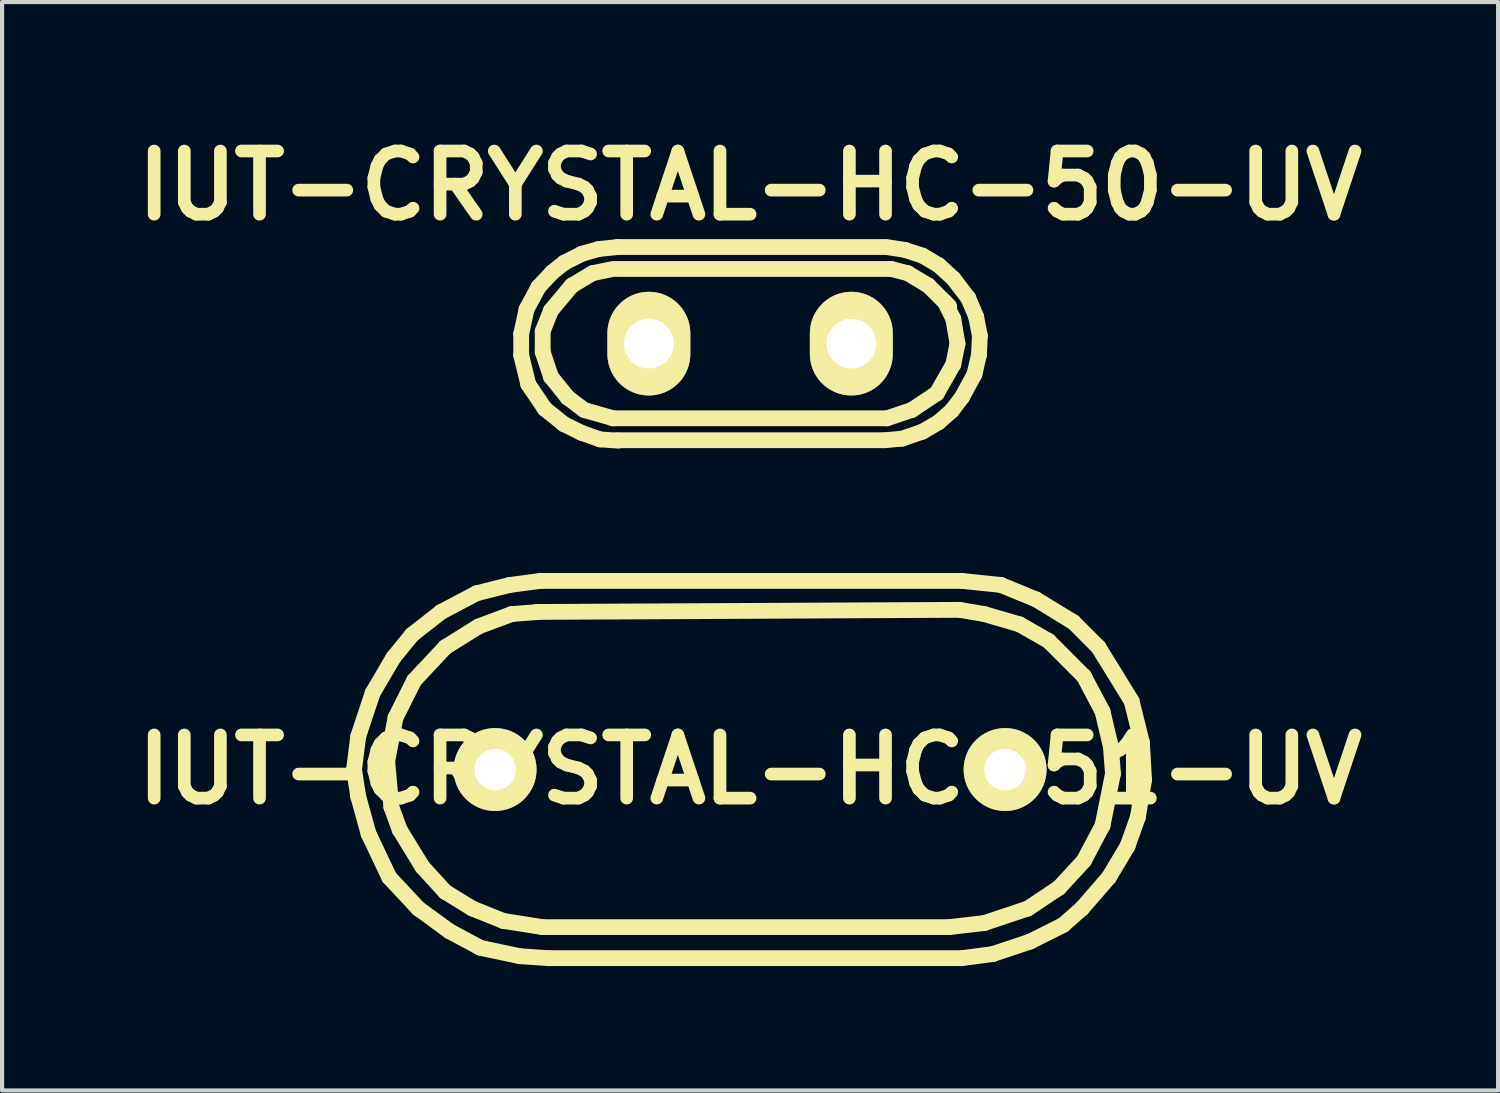
<source format=kicad_pcb>
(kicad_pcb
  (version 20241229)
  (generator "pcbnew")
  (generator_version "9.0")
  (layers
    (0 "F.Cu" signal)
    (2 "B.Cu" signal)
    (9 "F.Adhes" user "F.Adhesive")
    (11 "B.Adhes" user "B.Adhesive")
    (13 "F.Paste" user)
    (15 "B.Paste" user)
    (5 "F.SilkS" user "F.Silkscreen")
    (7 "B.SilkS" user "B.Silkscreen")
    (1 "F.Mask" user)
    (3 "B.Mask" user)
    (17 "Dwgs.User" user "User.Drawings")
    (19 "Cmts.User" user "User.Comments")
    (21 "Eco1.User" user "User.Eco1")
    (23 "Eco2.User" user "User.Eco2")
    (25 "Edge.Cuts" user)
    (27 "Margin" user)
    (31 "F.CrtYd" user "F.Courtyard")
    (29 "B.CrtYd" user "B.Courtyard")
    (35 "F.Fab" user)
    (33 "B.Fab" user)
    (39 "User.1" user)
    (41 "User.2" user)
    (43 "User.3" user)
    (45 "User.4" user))
  (footprint "IUT-CRYSTAL-HC-50-UV"
    (layer "F.Cu")
    (at 15.037 5.236)
    (property "Reference" "IUT-CRYSTAL-HC-50-UV" (at 0 -3.81 0) (layer "F.SilkS") (effects (font (size 1.524 1.524) (thickness 0.305))))
    (attr through_hole)
    (fp_line (start -5.519 -0.231) (end -5.519 0.279) (stroke (width 0.381) (type solid)) (layer "F.SilkS"))
    (fp_line (start -5.519 0.279) (end -5.349 0.98) (stroke (width 0.381) (type solid)) (layer "F.SilkS"))
    (fp_line (start -5.39 -0.831) (end -5.519 -0.231) (stroke (width 0.381) (type solid)) (layer "F.SilkS"))
    (fp_line (start -5.349 0.98) (end -4.95 1.57) (stroke (width 0.381) (type solid)) (layer "F.SilkS"))
    (fp_line (start -5.1 -1.369) (end -5.39 -0.831) (stroke (width 0.381) (type solid)) (layer "F.SilkS"))
    (fp_line (start -5.001 -0.3) (end -4.801 -0.8) (stroke (width 0.381) (type solid)) (layer "F.SilkS"))
    (fp_line (start -5.001 0.201) (end -5.001 -0.3) (stroke (width 0.381) (type solid)) (layer "F.SilkS"))
    (fp_line (start -4.95 1.57) (end -4.491 1.941) (stroke (width 0.381) (type solid)) (layer "F.SilkS"))
    (fp_line (start -4.801 -0.8) (end -4.3 -1.399) (stroke (width 0.381) (type solid)) (layer "F.SilkS"))
    (fp_line (start -4.801 0.8) (end -5.001 0.201) (stroke (width 0.381) (type solid)) (layer "F.SilkS"))
    (fp_line (start -4.77 -1.72) (end -5.1 -1.369) (stroke (width 0.381) (type solid)) (layer "F.SilkS"))
    (fp_line (start -4.491 1.941) (end -4.069 2.149) (stroke (width 0.381) (type solid)) (layer "F.SilkS"))
    (fp_line (start -4.481 -1.951) (end -4.77 -1.72) (stroke (width 0.381) (type solid)) (layer "F.SilkS"))
    (fp_line (start -4.399 1.3) (end -4.801 0.8) (stroke (width 0.381) (type solid)) (layer "F.SilkS"))
    (fp_line (start -4.3 -1.399) (end -3.8 -1.699) (stroke (width 0.381) (type solid)) (layer "F.SilkS"))
    (fp_line (start -4.069 2.149) (end -3.619 2.309) (stroke (width 0.381) (type solid)) (layer "F.SilkS"))
    (fp_line (start -4.049 -2.169) (end -4.481 -1.951) (stroke (width 0.381) (type solid)) (layer "F.SilkS"))
    (fp_line (start -4 1.6) (end -4.399 1.3) (stroke (width 0.381) (type solid)) (layer "F.SilkS"))
    (fp_line (start -3.8 -1.699) (end -3.3 -1.801) (stroke (width 0.381) (type solid)) (layer "F.SilkS"))
    (fp_line (start -3.65 -2.281) (end -4.049 -2.169) (stroke (width 0.381) (type solid)) (layer "F.SilkS"))
    (fp_line (start -3.619 2.309) (end -3.18 2.339) (stroke (width 0.381) (type solid)) (layer "F.SilkS"))
    (fp_line (start -3.3 1.801) (end -4 1.6) (stroke (width 0.381) (type solid)) (layer "F.SilkS"))
    (fp_line (start -3.2 -2.329) (end 3.251 -2.329) (stroke (width 0.381) (type solid)) (layer "F.SilkS"))
    (fp_line (start -3.2 -1.801) (end 3.401 -1.801) (stroke (width 0.381) (type solid)) (layer "F.SilkS"))
    (fp_line (start -3.2 2.329) (end 3.251 2.329) (stroke (width 0.381) (type solid)) (layer "F.SilkS"))
    (fp_line (start -3.19 -2.329) (end -3.65 -2.281) (stroke (width 0.381) (type solid)) (layer "F.SilkS"))
    (fp_line (start 3.251 2.329) (end 3.67 2.291) (stroke (width 0.381) (type solid)) (layer "F.SilkS"))
    (fp_line (start 3.3 1.801) (end -3.3 1.801) (stroke (width 0.381) (type solid)) (layer "F.SilkS"))
    (fp_line (start 3.401 -1.801) (end 3.8 -1.699) (stroke (width 0.381) (type solid)) (layer "F.SilkS"))
    (fp_line (start 3.67 2.291) (end 4.16 2.121) (stroke (width 0.381) (type solid)) (layer "F.SilkS"))
    (fp_line (start 3.731 -2.261) (end 3.289 -2.329) (stroke (width 0.381) (type solid)) (layer "F.SilkS"))
    (fp_line (start 3.8 -1.699) (end 4.3 -1.399) (stroke (width 0.381) (type solid)) (layer "F.SilkS"))
    (fp_line (start 3.899 1.6) (end 3.3 1.801) (stroke (width 0.381) (type solid)) (layer "F.SilkS"))
    (fp_line (start 4.16 -2.121) (end 3.731 -2.261) (stroke (width 0.381) (type solid)) (layer "F.SilkS"))
    (fp_line (start 4.16 2.121) (end 4.539 1.9) (stroke (width 0.381) (type solid)) (layer "F.SilkS"))
    (fp_line (start 4.3 -1.399) (end 4.801 -0.899) (stroke (width 0.381) (type solid)) (layer "F.SilkS"))
    (fp_line (start 4.501 1.199) (end 3.899 1.6) (stroke (width 0.381) (type solid)) (layer "F.SilkS"))
    (fp_line (start 4.539 1.9) (end 4.859 1.621) (stroke (width 0.381) (type solid)) (layer "F.SilkS"))
    (fp_line (start 4.549 -1.89) (end 4.16 -2.121) (stroke (width 0.381) (type solid)) (layer "F.SilkS"))
    (fp_line (start 4.699 -1.001) (end 4.9 -0.599) (stroke (width 0.381) (type solid)) (layer "F.SilkS"))
    (fp_line (start 4.859 1.621) (end 5.111 1.29) (stroke (width 0.381) (type solid)) (layer "F.SilkS"))
    (fp_line (start 4.9 -1.57) (end 4.549 -1.89) (stroke (width 0.381) (type solid)) (layer "F.SilkS"))
    (fp_line (start 4.9 -0.599) (end 5.001 0) (stroke (width 0.381) (type solid)) (layer "F.SilkS"))
    (fp_line (start 4.9 0.5) (end 4.501 1.199) (stroke (width 0.381) (type solid)) (layer "F.SilkS"))
    (fp_line (start 5.001 0) (end 4.9 0.5) (stroke (width 0.381) (type solid)) (layer "F.SilkS"))
    (fp_line (start 5.111 1.29) (end 5.41 0.739) (stroke (width 0.381) (type solid)) (layer "F.SilkS"))
    (fp_line (start 5.26 -1.1) (end 4.9 -1.57) (stroke (width 0.381) (type solid)) (layer "F.SilkS"))
    (fp_line (start 5.41 0.739) (end 5.519 0.269) (stroke (width 0.381) (type solid)) (layer "F.SilkS"))
    (fp_line (start 5.451 -0.65) (end 5.26 -1.1) (stroke (width 0.381) (type solid)) (layer "F.SilkS"))
    (fp_line (start 5.519 0.269) (end 5.54 -0.191) (stroke (width 0.381) (type solid)) (layer "F.SilkS"))
    (fp_line (start 5.54 -0.191) (end 5.451 -0.65) (stroke (width 0.381) (type solid)) (layer "F.SilkS"))
    (pad "1" thru_hole oval (at -2.441 0) (size 1.999 2.499) (drill 1.199) (layers "*.Cu" "*.Mask" "F.SilkS"))
    (pad "2" thru_hole oval (at 2.441 0) (size 1.999 2.499) (drill 1.199) (layers "*.Cu" "*.Mask" "F.SilkS")))
  (footprint "IUT-CRYSTAL-HC-51-UV"
    (layer "F.Cu")
    (at 15.037 15.506)
    (property "Reference" "IUT-CRYSTAL-HC-51-UV" (at 0 0 0) (layer "F.SilkS") (effects (font (size 1.524 1.524) (thickness 0.305))))
    (attr through_hole)
    (fp_line (start -9.55 0) (end -9.449 -0.8) (stroke (width 0.381) (type solid)) (layer "F.SilkS"))
    (fp_line (start -9.449 -0.8) (end -9.101 -1.849) (stroke (width 0.381) (type solid)) (layer "F.SilkS"))
    (fp_line (start -9.449 0.65) (end -9.55 0) (stroke (width 0.381) (type solid)) (layer "F.SilkS"))
    (fp_line (start -9.2 1.549) (end -9.449 0.65) (stroke (width 0.381) (type solid)) (layer "F.SilkS"))
    (fp_line (start -9.101 -1.849) (end -8.6 -2.7) (stroke (width 0.381) (type solid)) (layer "F.SilkS"))
    (fp_line (start -8.75 -0.201) (end -8.55 -1.25) (stroke (width 0.381) (type solid)) (layer "F.SilkS"))
    (fp_line (start -8.7 2.601) (end -9.2 1.549) (stroke (width 0.381) (type solid)) (layer "F.SilkS"))
    (fp_line (start -8.651 0.899) (end -8.75 -0.201) (stroke (width 0.381) (type solid)) (layer "F.SilkS"))
    (fp_line (start -8.6 -2.7) (end -8.151 -3.251) (stroke (width 0.381) (type solid)) (layer "F.SilkS"))
    (fp_line (start -8.55 -1.25) (end -8.1 -2.149) (stroke (width 0.381) (type solid)) (layer "F.SilkS"))
    (fp_line (start -8.451 1.45) (end -8.651 0.899) (stroke (width 0.381) (type solid)) (layer "F.SilkS"))
    (fp_line (start -8.151 -3.251) (end -7.45 -3.8) (stroke (width 0.381) (type solid)) (layer "F.SilkS"))
    (fp_line (start -8.1 -2.149) (end -7.351 -2.949) (stroke (width 0.381) (type solid)) (layer "F.SilkS"))
    (fp_line (start -8.001 3.35) (end -8.7 2.601) (stroke (width 0.381) (type solid)) (layer "F.SilkS"))
    (fp_line (start -7.899 2.349) (end -8.451 1.45) (stroke (width 0.381) (type solid)) (layer "F.SilkS"))
    (fp_line (start -7.45 -3.8) (end -6.599 -4.249) (stroke (width 0.381) (type solid)) (layer "F.SilkS"))
    (fp_line (start -7.351 -2.949) (end -6.551 -3.449) (stroke (width 0.381) (type solid)) (layer "F.SilkS"))
    (fp_line (start -7.351 2.949) (end -7.899 2.349) (stroke (width 0.381) (type solid)) (layer "F.SilkS"))
    (fp_line (start -7.249 3.899) (end -8.001 3.35) (stroke (width 0.381) (type solid)) (layer "F.SilkS"))
    (fp_line (start -6.7 3.35) (end -7.351 2.949) (stroke (width 0.381) (type solid)) (layer "F.SilkS"))
    (fp_line (start -6.599 -4.249) (end -5.799 -4.45) (stroke (width 0.381) (type solid)) (layer "F.SilkS"))
    (fp_line (start -6.551 -3.449) (end -5.751 -3.749) (stroke (width 0.381) (type solid)) (layer "F.SilkS"))
    (fp_line (start -6.5 4.3) (end -7.249 3.899) (stroke (width 0.381) (type solid)) (layer "F.SilkS"))
    (fp_line (start -5.951 3.65) (end -6.7 3.35) (stroke (width 0.381) (type solid)) (layer "F.SilkS"))
    (fp_line (start -5.799 -4.45) (end -5.05 -4.549) (stroke (width 0.381) (type solid)) (layer "F.SilkS"))
    (fp_line (start -5.751 -3.749) (end -5.1 -3.8) (stroke (width 0.381) (type solid)) (layer "F.SilkS"))
    (fp_line (start -5.55 4.501) (end -6.5 4.3) (stroke (width 0.381) (type solid)) (layer "F.SilkS"))
    (fp_line (start -5.151 -3.8) (end 5.05 -3.851) (stroke (width 0.381) (type solid)) (layer "F.SilkS"))
    (fp_line (start -5.05 -4.549) (end 5.1 -4.549) (stroke (width 0.381) (type solid)) (layer "F.SilkS"))
    (fp_line (start -5.001 3.8) (end -5.951 3.65) (stroke (width 0.381) (type solid)) (layer "F.SilkS"))
    (fp_line (start -4.849 4.549) (end -5.55 4.501) (stroke (width 0.381) (type solid)) (layer "F.SilkS"))
    (fp_line (start 4.801 3.8) (end -5.001 3.8) (stroke (width 0.381) (type solid)) (layer "F.SilkS"))
    (fp_line (start 5.05 -3.851) (end 5.649 -3.749) (stroke (width 0.381) (type solid)) (layer "F.SilkS"))
    (fp_line (start 5.1 -4.549) (end 6.05 -4.45) (stroke (width 0.381) (type solid)) (layer "F.SilkS"))
    (fp_line (start 5.1 4.549) (end -4.849 4.549) (stroke (width 0.381) (type solid)) (layer "F.SilkS"))
    (fp_line (start 5.649 -3.749) (end 6.5 -3.5) (stroke (width 0.381) (type solid)) (layer "F.SilkS"))
    (fp_line (start 5.649 3.701) (end 4.801 3.8) (stroke (width 0.381) (type solid)) (layer "F.SilkS"))
    (fp_line (start 5.85 4.45) (end 5.1 4.549) (stroke (width 0.381) (type solid)) (layer "F.SilkS"))
    (fp_line (start 6.05 -4.45) (end 6.901 -4.1) (stroke (width 0.381) (type solid)) (layer "F.SilkS"))
    (fp_line (start 6.5 -3.5) (end 7.201 -3.099) (stroke (width 0.381) (type solid)) (layer "F.SilkS"))
    (fp_line (start 6.7 3.35) (end 5.649 3.701) (stroke (width 0.381) (type solid)) (layer "F.SilkS"))
    (fp_line (start 6.749 4.15) (end 5.85 4.45) (stroke (width 0.381) (type solid)) (layer "F.SilkS"))
    (fp_line (start 6.901 -4.1) (end 7.8 -3.551) (stroke (width 0.381) (type solid)) (layer "F.SilkS"))
    (fp_line (start 7.201 -3.099) (end 8.049 -2.25) (stroke (width 0.381) (type solid)) (layer "F.SilkS"))
    (fp_line (start 7.45 2.85) (end 6.7 3.35) (stroke (width 0.381) (type solid)) (layer "F.SilkS"))
    (fp_line (start 7.549 3.749) (end 6.749 4.15) (stroke (width 0.381) (type solid)) (layer "F.SilkS"))
    (fp_line (start 7.8 -3.551) (end 8.4 -2.949) (stroke (width 0.381) (type solid)) (layer "F.SilkS"))
    (fp_line (start 8.001 3.35) (end 7.549 3.749) (stroke (width 0.381) (type solid)) (layer "F.SilkS"))
    (fp_line (start 8.049 -2.25) (end 8.499 -1.399) (stroke (width 0.381) (type solid)) (layer "F.SilkS"))
    (fp_line (start 8.049 2.2) (end 7.45 2.85) (stroke (width 0.381) (type solid)) (layer "F.SilkS"))
    (fp_line (start 8.4 -2.949) (end 9.2 -1.651) (stroke (width 0.381) (type solid)) (layer "F.SilkS"))
    (fp_line (start 8.499 -1.399) (end 8.7 -0.551) (stroke (width 0.381) (type solid)) (layer "F.SilkS"))
    (fp_line (start 8.499 1.349) (end 8.049 2.2) (stroke (width 0.381) (type solid)) (layer "F.SilkS"))
    (fp_line (start 8.651 2.601) (end 8.001 3.35) (stroke (width 0.381) (type solid)) (layer "F.SilkS"))
    (fp_line (start 8.7 -0.551) (end 8.75 0.099) (stroke (width 0.381) (type solid)) (layer "F.SilkS"))
    (fp_line (start 8.75 0.099) (end 8.499 1.349) (stroke (width 0.381) (type solid)) (layer "F.SilkS"))
    (fp_line (start 9.101 1.849) (end 8.651 2.601) (stroke (width 0.381) (type solid)) (layer "F.SilkS"))
    (fp_line (start 9.2 -1.651) (end 9.449 -0.65) (stroke (width 0.381) (type solid)) (layer "F.SilkS"))
    (fp_line (start 9.35 1.151) (end 9.101 1.849) (stroke (width 0.381) (type solid)) (layer "F.SilkS"))
    (fp_line (start 9.449 -0.65) (end 9.5 0.249) (stroke (width 0.381) (type solid)) (layer "F.SilkS"))
    (fp_line (start 9.5 0.249) (end 9.35 1.151) (stroke (width 0.381) (type solid)) (layer "F.SilkS"))
    (pad "1" thru_hole circle (at -6.149 0) (size 1.999 1.999) (drill 1.001) (layers "*.Cu" "*.Mask" "F.SilkS"))
    (pad "2" thru_hole circle (at 6.149 0) (size 1.999 1.999) (drill 1.001) (layers "*.Cu" "*.Mask" "F.SilkS")))
  (gr_rect
    (start -3 -3)
    (end 33.074 23.245)
    (stroke (width 0.1) (type default))
    (fill no)
    (layer "Edge.Cuts")))
</source>
